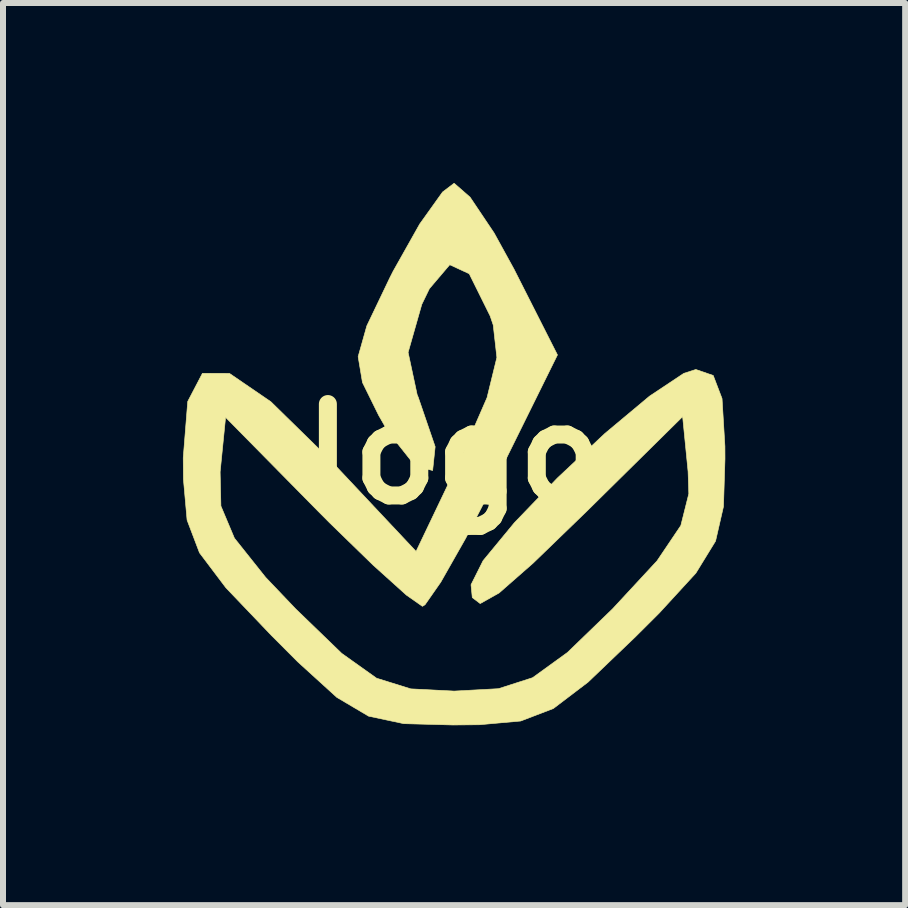
<source format=kicad_pcb>
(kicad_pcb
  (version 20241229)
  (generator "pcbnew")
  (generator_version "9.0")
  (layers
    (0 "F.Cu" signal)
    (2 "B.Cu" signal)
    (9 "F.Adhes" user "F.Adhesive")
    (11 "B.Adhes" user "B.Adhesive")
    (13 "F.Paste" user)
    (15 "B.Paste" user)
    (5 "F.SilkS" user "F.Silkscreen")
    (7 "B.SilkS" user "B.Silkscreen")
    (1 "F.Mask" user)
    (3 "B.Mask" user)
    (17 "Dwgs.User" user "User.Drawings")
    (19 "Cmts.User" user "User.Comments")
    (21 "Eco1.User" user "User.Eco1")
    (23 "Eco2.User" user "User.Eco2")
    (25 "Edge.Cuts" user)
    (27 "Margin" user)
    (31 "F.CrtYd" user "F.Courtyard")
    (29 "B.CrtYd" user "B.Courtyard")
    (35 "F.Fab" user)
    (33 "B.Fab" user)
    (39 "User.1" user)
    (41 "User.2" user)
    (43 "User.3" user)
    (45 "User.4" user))
  (footprint "logo"
    (layer "F.Cu")
    (at 4.521 4.521)
    (property "Reference" "logo" (at 0 0 0) (layer "F.SilkS") (effects (font (size 1.524 1.524) (thickness 0.3))))
    (attr through_hole)
    (fp_poly (pts (xy 0.266 -4.284) (xy 0.668 -3.685) (xy 0.998 -3.085) (xy 1.723 -1.654) (xy 0.687 0.443) (xy 0.192 1.405) (xy -0.222 2.134) (xy -0.485 2.511) (xy -0.528 2.538) (xy -0.796 2.35) (xy -1.348 1.853) (xy -2.075 1.146) (xy -2.258 0.962) (xy -3.81 -0.613) (xy -3.901 0.298) (xy -3.888 0.866) (xy -3.663 1.401) (xy -3.143 2.054) (xy -2.642 2.58) (xy -1.873 3.323) (xy -1.293 3.736) (xy -0.722 3.914) (xy 0 3.951) (xy 0.739 3.911) (xy 1.308 3.728) (xy 1.89 3.307) (xy 2.642 2.58) (xy 3.384 1.779) (xy 3.78 1.191) (xy 3.913 0.661) (xy 3.901 0.292) (xy 3.81 -0.625) (xy 2.206 0.958) (xy 1.317 1.818) (xy 0.75 2.315) (xy 0.435 2.492) (xy 0.303 2.392) (xy 0.282 2.178) (xy 0.483 1.777) (xy 1.005 1.144) (xy 1.723 0.398) (xy 2.515 -0.345) (xy 3.258 -0.966) (xy 3.829 -1.346) (xy 4.03 -1.411) (xy 4.32 -1.311) (xy 4.467 -0.926) (xy 4.515 -0.129) (xy 4.516 0.08) (xy 4.491 0.874) (xy 4.359 1.45) (xy 4.031 1.984) (xy 3.42 2.65) (xy 3.025 3.044) (xy 2.233 3.802) (xy 1.654 4.242) (xy 1.11 4.45) (xy 0.421 4.512) (xy -0.019 4.516) (xy -0.839 4.494) (xy -1.426 4.369) (xy -1.955 4.056) (xy -2.605 3.465) (xy -3.044 3.025) (xy -3.805 2.228) (xy -4.245 1.645) (xy -4.452 1.1) (xy -4.513 0.417) (xy -4.516 0.062) (xy -4.441 -0.878) (xy -4.196 -1.347) (xy -3.746 -1.346) (xy -3.056 -0.874) (xy -2.092 0.07) (xy -2.059 0.106) (xy -0.634 1.622) (xy 0.125 0.033) (xy 0.549 -0.941) (xy 0.713 -1.611) (xy 0.652 -2.153) (xy 0.601 -2.303) (xy 0.252 -3.007) (xy -0.073 -3.157) (xy -0.412 -2.758) (xy -0.539 -2.496) (xy -0.767 -1.696) (xy -0.616 -0.99) (xy -0.599 -0.95) (xy -0.316 -0.123) (xy -0.358 0.273) (xy -0.645 0.201) (xy -1.102 -0.375) (xy -1.259 -0.649) (xy -1.528 -1.195) (xy -1.6 -1.625) (xy -1.455 -2.139) (xy -1.074 -2.935) (xy -1.017 -3.048) (xy -0.573 -3.837) (xy -0.192 -4.37) (xy 0 -4.516) (xy 0.266 -4.284)) (stroke (width 0.01) (type solid)) (fill yes) (layer "F.SilkS")))
  (gr_rect
    (start -3 -3)
    (end 12.041 12.041)
    (stroke (width 0.1) (type default))
    (fill no)
    (layer "Edge.Cuts")))
</source>
